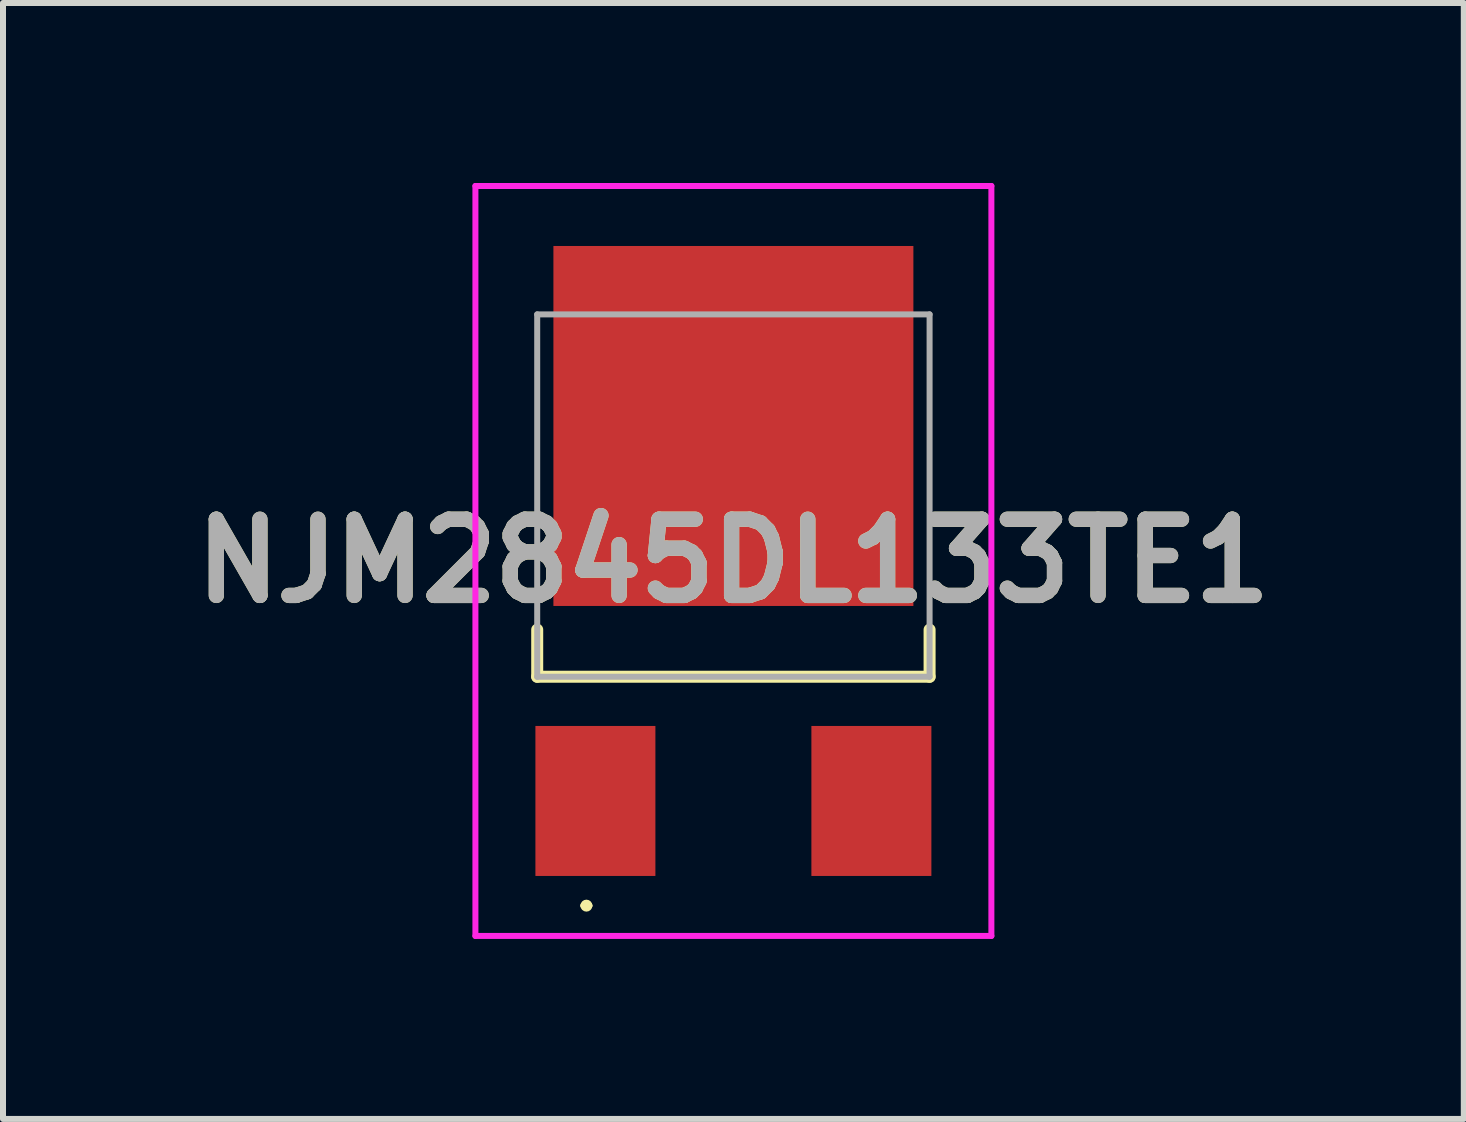
<source format=kicad_pcb>
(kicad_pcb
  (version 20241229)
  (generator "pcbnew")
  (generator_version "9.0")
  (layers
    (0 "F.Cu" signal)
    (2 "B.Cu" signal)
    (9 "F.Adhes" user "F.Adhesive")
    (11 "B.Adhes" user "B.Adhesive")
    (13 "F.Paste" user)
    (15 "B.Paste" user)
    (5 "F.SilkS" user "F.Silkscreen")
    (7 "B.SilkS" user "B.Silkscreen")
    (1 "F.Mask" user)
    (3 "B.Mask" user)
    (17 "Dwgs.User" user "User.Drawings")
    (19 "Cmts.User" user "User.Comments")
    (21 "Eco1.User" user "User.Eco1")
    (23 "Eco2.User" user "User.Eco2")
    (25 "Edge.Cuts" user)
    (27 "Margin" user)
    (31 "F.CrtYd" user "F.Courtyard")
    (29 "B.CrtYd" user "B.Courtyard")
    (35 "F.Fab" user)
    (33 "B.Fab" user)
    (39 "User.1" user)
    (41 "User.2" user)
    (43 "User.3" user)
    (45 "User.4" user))
  (footprint "NJM2845DL133TE1"
    (layer "F.Cu")
    (at 9.174 6.245)
    (property "Reference" "NJM2845DL133TE1" (at 0 0.055 0) (layer "F.SilkS") (effects (font (size 1.27 1.27) (thickness 0.254))))
    (attr smd)
    (fp_line (start -3.27 1.2) (end -3.27 1.985) (stroke (width 0.2) (type solid)) (layer "F.SilkS"))
    (fp_line (start -3.27 1.985) (end 3.27 1.985) (stroke (width 0.2) (type solid)) (layer "F.SilkS"))
    (fp_line (start -2.5 5.8) (end -2.5 5.8) (stroke (width 0.1) (type solid)) (layer "F.SilkS"))
    (fp_line (start -2.4 5.8) (end -2.4 5.8) (stroke (width 0.1) (type solid)) (layer "F.SilkS"))
    (fp_line (start 3.27 1.985) (end 3.27 1.2) (stroke (width 0.2) (type solid)) (layer "F.SilkS"))
    (fp_arc (start -2.5 5.8) (mid -2.45 5.75) (end -2.4 5.8) (stroke (width 0.1) (type solid)) (layer "F.SilkS"))
    (fp_arc (start -2.4 5.8) (mid -2.45 5.85) (end -2.5 5.8) (stroke (width 0.1) (type solid)) (layer "F.SilkS"))
    (fp_line (start -4.3 -6.195) (end 4.3 -6.195) (stroke (width 0.1) (type solid)) (layer "F.CrtYd"))
    (fp_line (start -4.3 6.305) (end -4.3 -6.195) (stroke (width 0.1) (type solid)) (layer "F.CrtYd"))
    (fp_line (start 4.3 -6.195) (end 4.3 6.305) (stroke (width 0.1) (type solid)) (layer "F.CrtYd"))
    (fp_line (start 4.3 6.305) (end -4.3 6.305) (stroke (width 0.1) (type solid)) (layer "F.CrtYd"))
    (fp_line (start -3.27 -4.055) (end 3.27 -4.055) (stroke (width 0.1) (type solid)) (layer "F.Fab"))
    (fp_line (start -3.27 1.985) (end -3.27 -4.055) (stroke (width 0.1) (type solid)) (layer "F.Fab"))
    (fp_line (start 3.27 -4.055) (end 3.27 1.985) (stroke (width 0.1) (type solid)) (layer "F.Fab"))
    (fp_line (start 3.27 1.985) (end -3.27 1.985) (stroke (width 0.1) (type solid)) (layer "F.Fab"))
    (fp_text user "${REFERENCE}" (at 0 0.055 0) (layer "F.Fab") (effects (font (size 1.27 1.27) (thickness 0.254))))
    (pad "1" smd rect (at -2.3 4.055) (size 2 2.5) (layers "F.Cu" "F.Mask" "F.Paste"))
    (pad "2" smd rect (at 0 -2.195 90) (size 6 6) (layers "F.Cu" "F.Mask" "F.Paste"))
    (pad "3" smd rect (at 2.3 4.055) (size 2 2.5) (layers "F.Cu" "F.Mask" "F.Paste")))
  (gr_rect
    (start -3 -3)
    (end 21.348 15.6)
    (stroke (width 0.1) (type default))
    (fill no)
    (layer "Edge.Cuts")))
</source>
